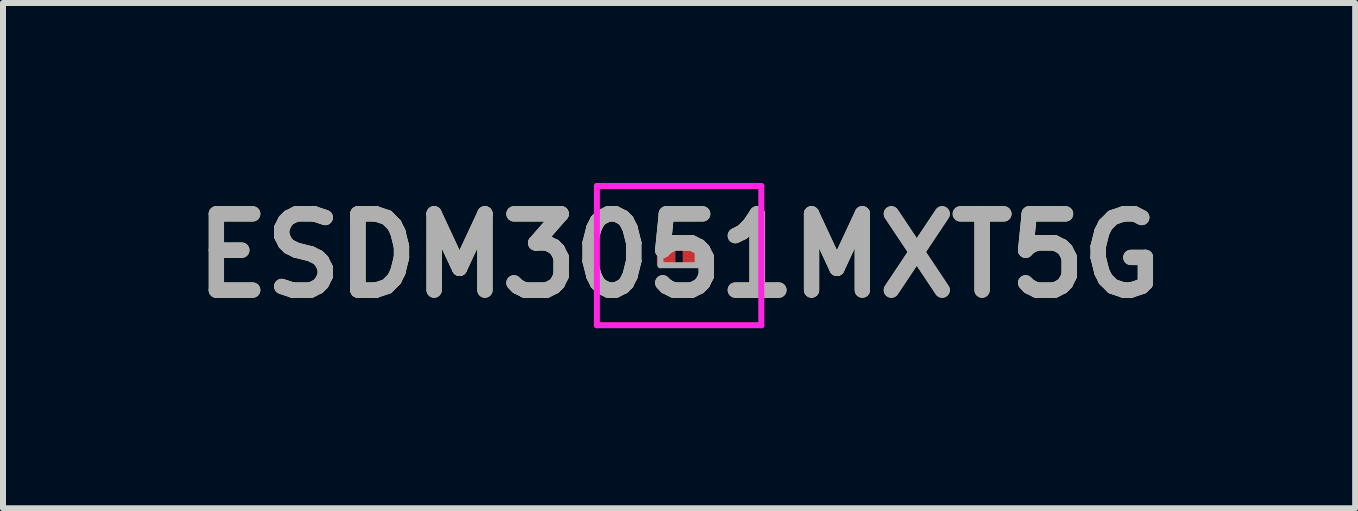
<source format=kicad_pcb>
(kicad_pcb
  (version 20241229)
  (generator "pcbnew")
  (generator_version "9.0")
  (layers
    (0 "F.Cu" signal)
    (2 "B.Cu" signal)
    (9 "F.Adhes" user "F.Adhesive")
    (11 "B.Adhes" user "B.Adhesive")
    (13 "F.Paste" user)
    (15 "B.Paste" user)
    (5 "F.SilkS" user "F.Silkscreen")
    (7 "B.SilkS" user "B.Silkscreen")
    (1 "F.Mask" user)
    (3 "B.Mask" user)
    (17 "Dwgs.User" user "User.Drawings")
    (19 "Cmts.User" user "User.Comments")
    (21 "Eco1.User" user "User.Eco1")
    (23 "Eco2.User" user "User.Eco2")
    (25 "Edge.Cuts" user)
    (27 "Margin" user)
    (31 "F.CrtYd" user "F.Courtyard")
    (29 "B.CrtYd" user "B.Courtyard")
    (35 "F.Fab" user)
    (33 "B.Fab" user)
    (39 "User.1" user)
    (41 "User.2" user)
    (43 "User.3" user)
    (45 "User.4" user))
  (footprint "ESDM3051MXT5G"
    (layer "F.Cu")
    (at 8.267 1.21)
    (property "Reference" "ESDM3051MXT5G" (at 0 0 0) (layer "F.SilkS") (effects (font (size 1.27 1.27) (thickness 0.254))))
    (attr smd)
    (fp_line (start -0.8 0) (end -0.8 0) (stroke (width 0.1) (type solid)) (layer "F.SilkS"))
    (fp_line (start -0.7 0) (end -0.7 0) (stroke (width 0.1) (type solid)) (layer "F.SilkS"))
    (fp_arc (start -0.8 0) (mid -0.75 -0.05) (end -0.7 0) (stroke (width 0.1) (type solid)) (layer "F.SilkS"))
    (fp_arc (start -0.7 0) (mid -0.75 0.05) (end -0.8 0) (stroke (width 0.1) (type solid)) (layer "F.SilkS"))
    (fp_line (start -1.37 -1.16) (end 1.37 -1.16) (stroke (width 0.1) (type solid)) (layer "F.CrtYd"))
    (fp_line (start -1.37 1.16) (end -1.37 -1.16) (stroke (width 0.1) (type solid)) (layer "F.CrtYd"))
    (fp_line (start 1.37 -1.16) (end 1.37 1.16) (stroke (width 0.1) (type solid)) (layer "F.CrtYd"))
    (fp_line (start 1.37 1.16) (end -1.37 1.16) (stroke (width 0.1) (type solid)) (layer "F.CrtYd"))
    (fp_line (start -0.31 -0.16) (end -0.31 0.16) (stroke (width 0.1) (type solid)) (layer "F.Fab"))
    (fp_line (start -0.31 0.16) (end 0.31 0.16) (stroke (width 0.1) (type solid)) (layer "F.Fab"))
    (fp_line (start 0.31 -0.16) (end -0.31 -0.16) (stroke (width 0.1) (type solid)) (layer "F.Fab"))
    (fp_line (start 0.31 0.16) (end 0.31 -0.16) (stroke (width 0.1) (type solid)) (layer "F.Fab"))
    (fp_text user "${REFERENCE}" (at 0 0 0) (layer "F.Fab") (effects (font (size 1.27 1.27) (thickness 0.254))))
    (pad "1" smd rect (at -0.215 0 90) (size 0.3 0.31) (layers "F.Cu" "F.Mask" "F.Paste"))
    (pad "2" smd rect (at 0.215 0 90) (size 0.3 0.31) (layers "F.Cu" "F.Mask" "F.Paste")))
  (gr_rect
    (start -3 -3)
    (end 19.534 5.42)
    (stroke (width 0.1) (type default))
    (fill no)
    (layer "Edge.Cuts")))
</source>
